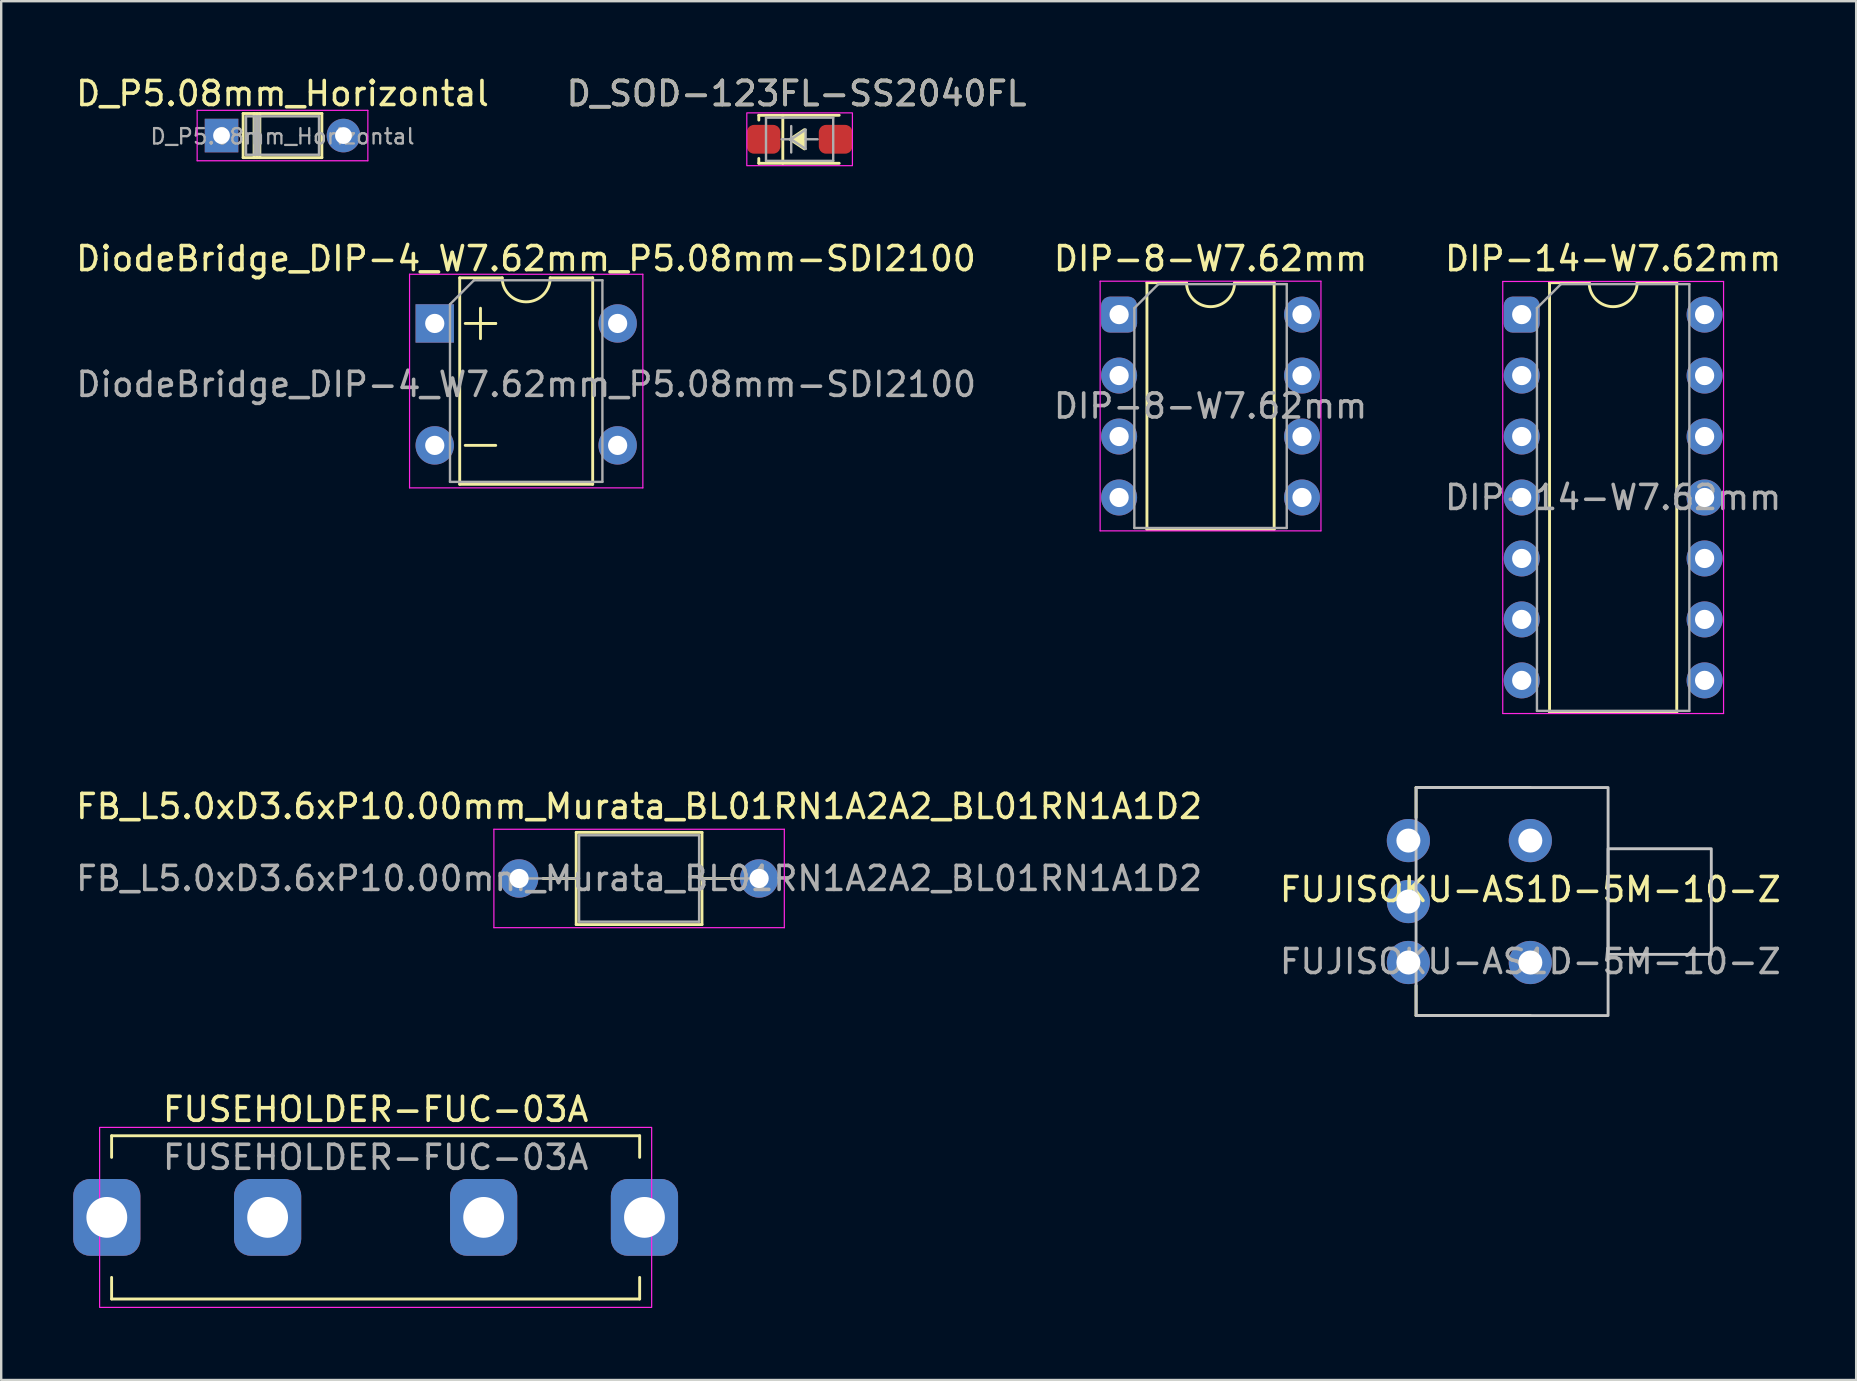
<source format=kicad_pcb>
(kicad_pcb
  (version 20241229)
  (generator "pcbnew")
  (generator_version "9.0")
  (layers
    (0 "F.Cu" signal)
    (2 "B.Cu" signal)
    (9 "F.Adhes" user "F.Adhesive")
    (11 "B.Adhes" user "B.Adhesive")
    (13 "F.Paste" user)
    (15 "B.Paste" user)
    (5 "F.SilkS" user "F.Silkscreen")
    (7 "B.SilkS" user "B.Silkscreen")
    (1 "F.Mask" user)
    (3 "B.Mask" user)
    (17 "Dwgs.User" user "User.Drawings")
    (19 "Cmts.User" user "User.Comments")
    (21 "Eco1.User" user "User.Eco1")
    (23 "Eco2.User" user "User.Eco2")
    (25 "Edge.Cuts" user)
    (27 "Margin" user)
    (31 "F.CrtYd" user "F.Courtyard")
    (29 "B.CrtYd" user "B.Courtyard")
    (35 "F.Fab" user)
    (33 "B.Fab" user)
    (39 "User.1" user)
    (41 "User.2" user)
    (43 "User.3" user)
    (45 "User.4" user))
  (footprint "DIP-8-W7.62mm"
    (layer "F.Cu")
    (at 47.385 13.867)
    (property "Reference" "DIP-8-W7.62mm" (at 0 -6.14 0) (layer "F.SilkS") (effects (font (size 1 1) (thickness 0.15))))
    (attr through_hole)
    (fp_line (start -2.65 -5.14) (end -2.65 5.14) (stroke (width 0.12) (type solid)) (layer "F.SilkS"))
    (fp_line (start -2.65 5.14) (end 2.65 5.14) (stroke (width 0.12) (type solid)) (layer "F.SilkS"))
    (fp_line (start -1 -5.14) (end -2.65 -5.14) (stroke (width 0.12) (type solid)) (layer "F.SilkS"))
    (fp_line (start 2.65 -5.14) (end 1 -5.14) (stroke (width 0.12) (type solid)) (layer "F.SilkS"))
    (fp_line (start 2.65 5.14) (end 2.65 -5.14) (stroke (width 0.12) (type solid)) (layer "F.SilkS"))
    (fp_arc (start 1 -5.14) (mid 0 -4.14) (end -1 -5.14) (stroke (width 0.12) (type solid)) (layer "F.SilkS"))
    (fp_line (start -4.6 -5.2) (end -4.6 5.2) (stroke (width 0.05) (type solid)) (layer "F.CrtYd"))
    (fp_line (start -4.6 5.2) (end 4.6 5.2) (stroke (width 0.05) (type solid)) (layer "F.CrtYd"))
    (fp_line (start 4.6 -5.2) (end -4.6 -5.2) (stroke (width 0.05) (type solid)) (layer "F.CrtYd"))
    (fp_line (start 4.6 5.2) (end 4.6 -5.2) (stroke (width 0.05) (type solid)) (layer "F.CrtYd"))
    (fp_line (start -3.175 -4.08) (end -2.175 -5.08) (stroke (width 0.1) (type solid)) (layer "F.Fab"))
    (fp_line (start -3.175 5.08) (end -3.175 -4.08) (stroke (width 0.1) (type solid)) (layer "F.Fab"))
    (fp_line (start -2.175 -5.08) (end 3.175 -5.08) (stroke (width 0.1) (type solid)) (layer "F.Fab"))
    (fp_line (start 3.175 -5.08) (end 3.175 5.08) (stroke (width 0.1) (type solid)) (layer "F.Fab"))
    (fp_line (start 3.175 5.08) (end -3.175 5.08) (stroke (width 0.1) (type solid)) (layer "F.Fab"))
    (fp_text user "${REFERENCE}" (at 0 0 0) (layer "F.Fab") (effects (font (size 1 1) (thickness 0.15))))
    (pad "1" thru_hole roundrect (at -3.81 -3.81) (size 1.5 1.5) (drill 0.8) (layers "*.Cu" "*.Mask") (roundrect_rratio 0.25))
    (pad "2" thru_hole circle (at -3.81 -1.27) (size 1.5 1.5) (drill 0.8) (layers "*.Cu" "*.Mask"))
    (pad "3" thru_hole circle (at -3.81 1.27) (size 1.5 1.5) (drill 0.8) (layers "*.Cu" "*.Mask"))
    (pad "4" thru_hole circle (at -3.81 3.81) (size 1.5 1.5) (drill 0.8) (layers "*.Cu" "*.Mask"))
    (pad "5" thru_hole circle (at 3.81 3.81) (size 1.5 1.5) (drill 0.8) (layers "*.Cu" "*.Mask"))
    (pad "6" thru_hole circle (at 3.81 1.27) (size 1.5 1.5) (drill 0.8) (layers "*.Cu" "*.Mask"))
    (pad "7" thru_hole circle (at 3.81 -1.27) (size 1.5 1.5) (drill 0.8) (layers "*.Cu" "*.Mask"))
    (pad "8" thru_hole circle (at 3.81 -3.81) (size 1.5 1.5) (drill 0.8) (layers "*.Cu" "*.Mask")))
  (footprint "DIP-14-W7.62mm"
    (layer "F.Cu")
    (at 64.159 17.677)
    (property "Reference" "DIP-14-W7.62mm" (at 0 -9.95 0) (layer "F.SilkS") (effects (font (size 1 1) (thickness 0.15))))
    (attr through_hole)
    (fp_line (start -2.65 -8.95) (end -2.65 8.95) (stroke (width 0.12) (type solid)) (layer "F.SilkS"))
    (fp_line (start -2.65 8.95) (end 2.65 8.95) (stroke (width 0.12) (type solid)) (layer "F.SilkS"))
    (fp_line (start -1 -8.95) (end -2.65 -8.95) (stroke (width 0.12) (type solid)) (layer "F.SilkS"))
    (fp_line (start 2.65 -8.95) (end 1 -8.95) (stroke (width 0.12) (type solid)) (layer "F.SilkS"))
    (fp_line (start 2.65 8.95) (end 2.65 -8.95) (stroke (width 0.12) (type solid)) (layer "F.SilkS"))
    (fp_arc (start 1 -8.95) (mid 0 -7.95) (end -1 -8.95) (stroke (width 0.12) (type solid)) (layer "F.SilkS"))
    (fp_line (start -4.6 -9) (end -4.6 9) (stroke (width 0.05) (type solid)) (layer "F.CrtYd"))
    (fp_line (start -4.6 9) (end 4.6 9) (stroke (width 0.05) (type solid)) (layer "F.CrtYd"))
    (fp_line (start 4.6 -9) (end -4.6 -9) (stroke (width 0.05) (type solid)) (layer "F.CrtYd"))
    (fp_line (start 4.6 9) (end 4.6 -9) (stroke (width 0.05) (type solid)) (layer "F.CrtYd"))
    (fp_line (start -3.175 -7.89) (end -2.175 -8.89) (stroke (width 0.1) (type solid)) (layer "F.Fab"))
    (fp_line (start -3.175 8.89) (end -3.175 -7.89) (stroke (width 0.1) (type solid)) (layer "F.Fab"))
    (fp_line (start -2.175 -8.89) (end 3.175 -8.89) (stroke (width 0.1) (type solid)) (layer "F.Fab"))
    (fp_line (start 3.175 -8.89) (end 3.175 8.89) (stroke (width 0.1) (type solid)) (layer "F.Fab"))
    (fp_line (start 3.175 8.89) (end -3.175 8.89) (stroke (width 0.1) (type solid)) (layer "F.Fab"))
    (fp_text user "${REFERENCE}" (at 0 0 0) (layer "F.Fab") (effects (font (size 1 1) (thickness 0.15))))
    (pad "1" thru_hole roundrect (at -3.81 -7.62) (size 1.5 1.5) (drill 0.8) (layers "*.Cu" "*.Mask") (roundrect_rratio 0.25))
    (pad "2" thru_hole circle (at -3.81 -5.08) (size 1.5 1.5) (drill 0.8) (layers "*.Cu" "*.Mask"))
    (pad "3" thru_hole circle (at -3.81 -2.54) (size 1.5 1.5) (drill 0.8) (layers "*.Cu" "*.Mask"))
    (pad "4" thru_hole circle (at -3.81 0) (size 1.5 1.5) (drill 0.8) (layers "*.Cu" "*.Mask"))
    (pad "5" thru_hole circle (at -3.81 2.54) (size 1.5 1.5) (drill 0.8) (layers "*.Cu" "*.Mask"))
    (pad "6" thru_hole circle (at -3.81 5.08) (size 1.5 1.5) (drill 0.8) (layers "*.Cu" "*.Mask"))
    (pad "7" thru_hole circle (at -3.81 7.62) (size 1.5 1.5) (drill 0.8) (layers "*.Cu" "*.Mask"))
    (pad "8" thru_hole circle (at 3.81 7.62) (size 1.5 1.5) (drill 0.8) (layers "*.Cu" "*.Mask"))
    (pad "9" thru_hole circle (at 3.81 5.08) (size 1.5 1.5) (drill 0.8) (layers "*.Cu" "*.Mask"))
    (pad "10" thru_hole circle (at 3.81 2.54) (size 1.5 1.5) (drill 0.8) (layers "*.Cu" "*.Mask"))
    (pad "11" thru_hole circle (at 3.81 0) (size 1.5 1.5) (drill 0.8) (layers "*.Cu" "*.Mask"))
    (pad "12" thru_hole circle (at 3.81 -2.54) (size 1.5 1.5) (drill 0.8) (layers "*.Cu" "*.Mask"))
    (pad "13" thru_hole circle (at 3.81 -5.08) (size 1.5 1.5) (drill 0.8) (layers "*.Cu" "*.Mask"))
    (pad "14" thru_hole circle (at 3.81 -7.62) (size 1.5 1.5) (drill 0.8) (layers "*.Cu" "*.Mask")))
  (footprint "FB_L5.0xD3.6xP10.00mm_Murata_BL01RN1A2A2_BL01RN1A1D2"
    (layer "F.Cu")
    (at 23.577 33.55)
    (property "Reference" "FB_L5.0xD3.6xP10.00mm_Murata_BL01RN1A2A2_BL01RN1A1D2" (at 0 -3 0) (layer "F.SilkS") (effects (font (size 1 1) (thickness 0.15))))
    (attr through_hole)
    (fp_line (start -4 0) (end -2.62 0) (stroke (width 0.12) (type solid)) (layer "F.SilkS"))
    (fp_line (start -2.62 -1.92) (end -2.62 1.92) (stroke (width 0.12) (type solid)) (layer "F.SilkS"))
    (fp_line (start -2.62 1.92) (end 2.62 1.92) (stroke (width 0.12) (type solid)) (layer "F.SilkS"))
    (fp_line (start 2.62 -1.92) (end -2.62 -1.92) (stroke (width 0.12) (type solid)) (layer "F.SilkS"))
    (fp_line (start 2.62 1.92) (end 2.62 -1.92) (stroke (width 0.12) (type solid)) (layer "F.SilkS"))
    (fp_line (start 4 0) (end 2.62 0) (stroke (width 0.12) (type solid)) (layer "F.SilkS"))
    (fp_line (start -6.05 -2.05) (end -6.05 2.05) (stroke (width 0.05) (type solid)) (layer "F.CrtYd"))
    (fp_line (start -6.05 2.05) (end 6.05 2.05) (stroke (width 0.05) (type solid)) (layer "F.CrtYd"))
    (fp_line (start 6.05 -2.05) (end -6.05 -2.05) (stroke (width 0.05) (type solid)) (layer "F.CrtYd"))
    (fp_line (start 6.05 2.05) (end 6.05 -2.05) (stroke (width 0.05) (type solid)) (layer "F.CrtYd"))
    (fp_line (start -5 0) (end -2.5 0) (stroke (width 0.1) (type solid)) (layer "F.Fab"))
    (fp_line (start -2.5 -1.8) (end -2.5 1.8) (stroke (width 0.1) (type solid)) (layer "F.Fab"))
    (fp_line (start -2.5 1.8) (end 2.5 1.8) (stroke (width 0.1) (type solid)) (layer "F.Fab"))
    (fp_line (start 2.5 -1.8) (end -2.5 -1.8) (stroke (width 0.1) (type solid)) (layer "F.Fab"))
    (fp_line (start 2.5 1.8) (end 2.5 -1.8) (stroke (width 0.1) (type solid)) (layer "F.Fab"))
    (fp_line (start 5 0) (end 2.5 0) (stroke (width 0.1) (type solid)) (layer "F.Fab"))
    (fp_text user "${REFERENCE}" (at 0 0 0) (layer "F.Fab") (effects (font (size 1 1) (thickness 0.15))))
    (pad "1" thru_hole circle (at -5 0) (size 1.6 1.6) (drill 0.8) (layers "*.Cu" "*.Mask"))
    (pad "2" thru_hole oval (at 5 0) (size 1.6 1.6) (drill 0.8) (layers "*.Cu" "*.Mask")))
  (footprint "FUSEHOLDER-FUC-03A"
    (layer "F.Cu")
    (at 12.6 47.67)
    (property "Reference" "FUSEHOLDER-FUC-03A" (at 0 -4.5 0) (unlocked yes) (layer "F.SilkS") (effects (font (size 1 1) (thickness 0.15))))
    (attr through_hole)
    (fp_line (start -11 -3.4) (end 11 -3.4) (stroke (width 0.12) (type solid)) (layer "F.SilkS"))
    (fp_line (start -11 -2.5) (end -11 -3.4) (stroke (width 0.12) (type solid)) (layer "F.SilkS"))
    (fp_line (start -11 2.5) (end -11 3.4) (stroke (width 0.12) (type solid)) (layer "F.SilkS"))
    (fp_line (start -11 3.4) (end 11 3.4) (stroke (width 0.12) (type solid)) (layer "F.SilkS"))
    (fp_line (start 11 -3.4) (end 11 -2.5) (stroke (width 0.12) (type solid)) (layer "F.SilkS"))
    (fp_line (start 11 3.4) (end 11 2.5) (stroke (width 0.12) (type solid)) (layer "F.SilkS"))
    (fp_rect (start -11.5 -3.75) (end 11.5 3.75) (stroke (width 0.05) (type solid)) (fill no) (layer "F.CrtYd"))
    (fp_text user "${REFERENCE}" (at 0 -2.5 0) (unlocked yes) (layer "F.Fab") (effects (font (size 1 1) (thickness 0.15))))
    (pad "1" thru_hole roundrect (at -11.2 0) (size 2.8 3.2) (drill 1.7) (layers "*.Cu" "*.Mask") (roundrect_rratio 0.25))
    (pad "1" thru_hole roundrect (at -4.5 0) (size 2.8 3.2) (drill 1.7) (layers "*.Cu" "*.Mask") (roundrect_rratio 0.25))
    (pad "2" thru_hole roundrect (at 4.5 0) (size 2.8 3.2) (drill 1.7) (layers "*.Cu" "*.Mask") (roundrect_rratio 0.25))
    (pad "2" thru_hole roundrect (at 11.2 0) (size 2.8 3.2) (drill 1.7) (layers "*.Cu" "*.Mask") (roundrect_rratio 0.25)))
  (footprint "D_P5.08mm_Horizontal"
    (layer "F.Cu")
    (at 8.72 2.598)
    (property "Reference" "D_P5.08mm_Horizontal" (at 0 -1.75 0) (layer "F.SilkS") (effects (font (size 1 1) (thickness 0.15))))
    (attr through_hole)
    (fp_line (start -1.64 -0.92) (end -1.64 0.92) (stroke (width 0.12) (type solid)) (layer "F.SilkS"))
    (fp_line (start -1.64 0.92) (end 1.64 0.92) (stroke (width 0.12) (type solid)) (layer "F.SilkS"))
    (fp_line (start -1.184 -0.92) (end -1.184 0.92) (stroke (width 0.12) (type solid)) (layer "F.SilkS"))
    (fp_line (start -1.064 -0.92) (end -1.064 0.92) (stroke (width 0.12) (type solid)) (layer "F.SilkS"))
    (fp_line (start -0.944 -0.92) (end -0.944 0.92) (stroke (width 0.12) (type solid)) (layer "F.SilkS"))
    (fp_line (start 1.64 -0.92) (end -1.64 -0.92) (stroke (width 0.12) (type solid)) (layer "F.SilkS"))
    (fp_line (start 1.64 0.92) (end 1.64 -0.92) (stroke (width 0.12) (type solid)) (layer "F.SilkS"))
    (fp_line (start -3.556 -1.05) (end -3.556 1.05) (stroke (width 0.05) (type solid)) (layer "F.CrtYd"))
    (fp_line (start -3.556 1.05) (end 3.556 1.05) (stroke (width 0.05) (type solid)) (layer "F.CrtYd"))
    (fp_line (start 3.556 -1.05) (end -3.556 -1.05) (stroke (width 0.05) (type solid)) (layer "F.CrtYd"))
    (fp_line (start 3.556 1.05) (end 3.556 -1.05) (stroke (width 0.05) (type solid)) (layer "F.CrtYd"))
    (fp_line (start -1.52 -0.8) (end -1.52 0.8) (stroke (width 0.1) (type solid)) (layer "F.Fab"))
    (fp_line (start -1.52 0.8) (end 1.52 0.8) (stroke (width 0.1) (type solid)) (layer "F.Fab"))
    (fp_line (start -1.164 -0.8) (end -1.164 0.8) (stroke (width 0.1) (type solid)) (layer "F.Fab"))
    (fp_line (start -1.064 -0.8) (end -1.064 0.8) (stroke (width 0.1) (type solid)) (layer "F.Fab"))
    (fp_line (start -0.964 -0.8) (end -0.964 0.8) (stroke (width 0.1) (type solid)) (layer "F.Fab"))
    (fp_line (start 1.52 -0.8) (end -1.52 -0.8) (stroke (width 0.1) (type solid)) (layer "F.Fab"))
    (fp_line (start 1.52 0.8) (end 1.52 -0.8) (stroke (width 0.1) (type solid)) (layer "F.Fab"))
    (fp_text user "${REFERENCE}" (at 0 0.038 0) (layer "F.Fab") (effects (font (size 0.64 0.64) (thickness 0.096))))
    (pad "1" thru_hole rect (at -2.54 0) (size 1.4 1.4) (drill 0.7) (layers "*.Cu" "*.Mask"))
    (pad "2" thru_hole circle (at 2.54 0) (size 1.4 1.4) (drill 0.7) (layers "*.Cu" "*.Mask")))
  (footprint "D_SOD-123FL-SS2040FL"
    (layer "F.Cu")
    (at 30.264 2.753)
    (property "Reference" "D_SOD-123FL-SS2040FL" (at -0.127 -1.905 0) (layer "F.SilkS") (effects (font (size 1 1) (thickness 0.15))))
    (attr smd)
    (fp_line (start -1.7 -1) (end -1.7 -0.8) (stroke (width 0.12) (type solid)) (layer "F.SilkS"))
    (fp_line (start -1.7 -1) (end 1.65 -1) (stroke (width 0.12) (type solid)) (layer "F.SilkS"))
    (fp_line (start -1.7 0.8) (end -1.7 1) (stroke (width 0.12) (type solid)) (layer "F.SilkS"))
    (fp_line (start -1.7 1) (end 1.65 1) (stroke (width 0.12) (type solid)) (layer "F.SilkS"))
    (fp_line (start -0.7 -1) (end -0.7 1) (stroke (width 0.12) (type solid)) (layer "F.SilkS"))
    (fp_poly (pts (xy 0.2 0.4) (xy -0.4 0) (xy 0.2 -0.4)) (stroke (width 0.12) (type solid)) (fill yes) (layer "F.SilkS"))
    (fp_rect (start -2.2 -1.1) (end 2.2 1.1) (stroke (width 0.05) (type solid)) (fill no) (layer "F.CrtYd"))
    (fp_line (start -1.4 -0.9) (end 1.4 -0.9) (stroke (width 0.1) (type solid)) (layer "F.Fab"))
    (fp_line (start -1.4 0.9) (end -1.4 -0.9) (stroke (width 0.1) (type solid)) (layer "F.Fab"))
    (fp_line (start -0.75 0) (end -0.35 0) (stroke (width 0.1) (type solid)) (layer "F.Fab"))
    (fp_line (start -0.35 0) (end -0.35 -0.55) (stroke (width 0.1) (type solid)) (layer "F.Fab"))
    (fp_line (start -0.35 0) (end -0.35 0.55) (stroke (width 0.1) (type solid)) (layer "F.Fab"))
    (fp_line (start -0.35 0) (end 0.25 -0.4) (stroke (width 0.1) (type solid)) (layer "F.Fab"))
    (fp_line (start 0.25 -0.4) (end 0.25 0.4) (stroke (width 0.1) (type solid)) (layer "F.Fab"))
    (fp_line (start 0.25 0) (end 0.75 0) (stroke (width 0.1) (type solid)) (layer "F.Fab"))
    (fp_line (start 0.25 0.4) (end -0.35 0) (stroke (width 0.1) (type solid)) (layer "F.Fab"))
    (fp_line (start 1.4 -0.9) (end 1.4 0.9) (stroke (width 0.1) (type solid)) (layer "F.Fab"))
    (fp_line (start 1.4 0.9) (end -1.4 0.9) (stroke (width 0.1) (type solid)) (layer "F.Fab"))
    (fp_text user "${REFERENCE}" (at -0.127 -1.905 0) (layer "F.Fab") (effects (font (size 1 1) (thickness 0.15))))
    (pad "1" smd roundrect (at -1.5 0) (size 1.4 1.2) (layers "F.Cu" "F.Mask" "F.Paste") (roundrect_rratio 0.25))
    (pad "2" smd roundrect (at 1.5 0) (size 1.4 1.2) (layers "F.Cu" "F.Mask" "F.Paste") (roundrect_rratio 0.25)))
  (footprint "FUJISOKU-AS1D-5M-10-Z"
    (layer "F.Cu")
    (at 60.708 34.511)
    (property "Reference" "FUJISOKU-AS1D-5M-10-Z" (at 0 -0.5 0) (unlocked yes) (layer "F.SilkS") (effects (font (size 1 1) (thickness 0.15))))
    (attr through_hole)
    (fp_line (start -4.76 -4.75) (end 0 -4.75) (stroke (width 0.12) (type solid)) (layer "F.SilkS"))
    (fp_line (start -4.76 -3.5) (end -4.76 -4.75) (stroke (width 0.12) (type solid)) (layer "F.SilkS"))
    (fp_line (start -4.76 3.5) (end -4.76 4.75) (stroke (width 0.12) (type solid)) (layer "F.SilkS"))
    (fp_line (start -4.76 4.75) (end 0 4.75) (stroke (width 0.12) (type solid)) (layer "F.SilkS"))
    (fp_rect (start -4.76 -4.75) (end 3.24 4.75) (stroke (width 0.12) (type solid)) (fill no) (layer "Dwgs.User"))
    (fp_rect (start 3.24 -2.2) (end 7.54 2.2) (stroke (width 0.12) (type solid)) (fill no) (layer "Dwgs.User"))
    (fp_text user "${REFERENCE}" (at 0 2.5 0) (unlocked yes) (layer "F.Fab") (effects (font (size 1 1) (thickness 0.15))))
    (pad "1" thru_hole circle (at -5.08 -2.54) (size 1.8 1.8) (drill 1) (layers "*.Cu" "*.Mask"))
    (pad "2" thru_hole circle (at -5.08 0) (size 1.8 1.8) (drill 1) (layers "*.Cu" "*.Mask"))
    (pad "3" thru_hole circle (at -5.08 2.54) (size 1.8 1.8) (drill 1) (layers "*.Cu" "*.Mask"))
    (pad "4" thru_hole circle (at 0 -2.54) (size 1.8 1.8) (drill 1) (layers "*.Cu" "*.Mask"))
    (pad "4" thru_hole circle (at 0 2.54) (size 1.8 1.8) (drill 1) (layers "*.Cu" "*.Mask")))
  (footprint "DiodeBridge_DIP-4_W7.62mm_P5.08mm-SDI2100"
    (layer "F.Cu")
    (at 18.873 12.966)
    (property "Reference" "DiodeBridge_DIP-4_W7.62mm_P5.08mm-SDI2100" (at -0.01 -5.24 0) (layer "F.SilkS") (effects (font (size 1 1) (thickness 0.15))))
    (attr through_hole)
    (fp_line (start -2.77 -4.44) (end -2.77 4.16) (stroke (width 0.12) (type solid)) (layer "F.SilkS"))
    (fp_line (start -2.77 4.16) (end 2.77 4.16) (stroke (width 0.12) (type solid)) (layer "F.SilkS"))
    (fp_line (start -2.54 -2.54) (end -1.27 -2.54) (stroke (width 0.12) (type solid)) (layer "F.SilkS"))
    (fp_line (start -2.54 2.54) (end -1.27 2.54) (stroke (width 0.12) (type solid)) (layer "F.SilkS"))
    (fp_line (start -1.905 -3.175) (end -1.905 -1.905) (stroke (width 0.12) (type solid)) (layer "F.SilkS"))
    (fp_line (start -1.27 -2.54) (end -1.905 -2.54) (stroke (width 0.12) (type solid)) (layer "F.SilkS"))
    (fp_line (start -1 -4.44) (end -2.77 -4.44) (stroke (width 0.12) (type solid)) (layer "F.SilkS"))
    (fp_line (start 2.77 -4.44) (end 1 -4.44) (stroke (width 0.12) (type solid)) (layer "F.SilkS"))
    (fp_line (start 2.77 4.16) (end 2.77 -4.44) (stroke (width 0.12) (type solid)) (layer "F.SilkS"))
    (fp_arc (start 1 -4.44) (mid 0 -3.44) (end -1 -4.44) (stroke (width 0.12) (type solid)) (layer "F.SilkS"))
    (fp_line (start -4.86 -4.59) (end -4.86 4.31) (stroke (width 0.05) (type solid)) (layer "F.CrtYd"))
    (fp_line (start -4.86 -4.59) (end 4.86 -4.59) (stroke (width 0.05) (type solid)) (layer "F.CrtYd"))
    (fp_line (start 4.86 4.31) (end -4.86 4.31) (stroke (width 0.05) (type solid)) (layer "F.CrtYd"))
    (fp_line (start 4.86 4.31) (end 4.86 -4.59) (stroke (width 0.05) (type solid)) (layer "F.CrtYd"))
    (fp_line (start -3.175 -3.34) (end -2.175 -4.34) (stroke (width 0.1) (type solid)) (layer "F.Fab"))
    (fp_line (start -3.175 4.06) (end -3.175 -3.34) (stroke (width 0.1) (type solid)) (layer "F.Fab"))
    (fp_line (start -2.175 -4.34) (end 3.175 -4.34) (stroke (width 0.1) (type solid)) (layer "F.Fab"))
    (fp_line (start 3.175 -4.34) (end 3.175 4.06) (stroke (width 0.1) (type solid)) (layer "F.Fab"))
    (fp_line (start 3.175 4.06) (end -3.175 4.06) (stroke (width 0.1) (type solid)) (layer "F.Fab"))
    (fp_text user "${REFERENCE}" (at 0 0 0) (layer "F.Fab") (effects (font (size 1 1) (thickness 0.15))))
    (pad "1" thru_hole rect (at -3.81 -2.54) (size 1.6 1.6) (drill 0.8) (layers "*.Cu" "*.Mask"))
    (pad "2" thru_hole oval (at -3.81 2.54) (size 1.6 1.6) (drill 0.8) (layers "*.Cu" "*.Mask"))
    (pad "3" thru_hole oval (at 3.81 2.54) (size 1.6 1.6) (drill 0.8) (layers "*.Cu" "*.Mask"))
    (pad "4" thru_hole oval (at 3.81 -2.54) (size 1.6 1.6) (drill 0.8) (layers "*.Cu" "*.Mask")))
  (gr_rect
    (start -3 -3)
    (end 74.284 54.445)
    (stroke (width 0.1) (type default))
    (fill no)
    (layer "Edge.Cuts")))
</source>
